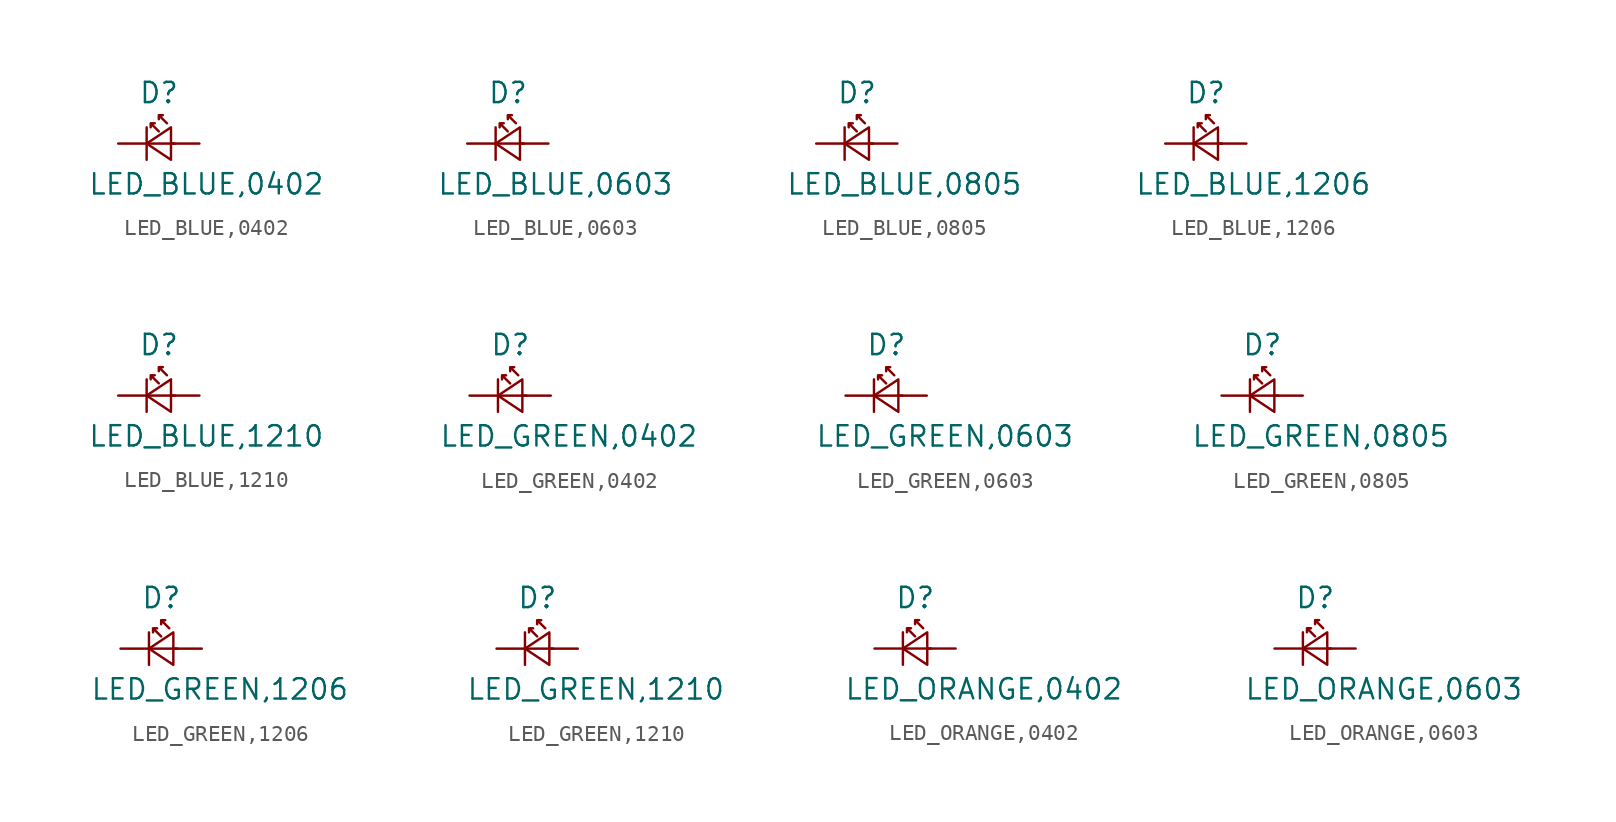
<source format=kicad_sym>
(kicad_symbol_lib
  (version 20211014)
  (generator kicad_symbol_editor)
  (symbol "LED_BLUE,0402"
    (pin_numbers hide)
    (pin_names
      (offset 0.254) hide)
    (property "Reference" "D"
      (at -1.27 3.175 0)
      (effects (font (size 1.27 1.27)) (justify left)))
    (property "Value" "LED_BLUE,0402"
      (at -4.445 -2.54 0)
      (effects (font (size 1.27 1.27)) (justify left)))
    (symbol "LED_BLUE,0402_0_1"
      (polyline (pts (xy -0.762 -1.016) (xy -0.762 1.016)) (stroke (width 0) (type default) (color 0 0 0 0)) (fill (type none)))
      (polyline (pts (xy 1.016 0) (xy -0.762 0)) (stroke (width 0) (type default) (color 0 0 0 0)) (fill (type none)))
      (polyline (pts (xy 0.762 -1.016) (xy -0.762 0) (xy 0.762 1.016) (xy 0.762 -1.016)) (stroke (width 0) (type default) (color 0 0 0 0)) (fill (type none)))
      (polyline (pts (xy 0 0.762) (xy -0.508 1.27) (xy -0.254 1.27) (xy -0.508 1.27) (xy -0.508 1.016)) (stroke (width 0) (type default) (color 0 0 0 0)) (fill (type none)))
      (polyline (pts (xy 0.508 1.27) (xy 0 1.778) (xy 0.254 1.778) (xy 0 1.778) (xy 0 1.524)) (stroke (width 0) (type default) (color 0 0 0 0)) (fill (type none))))
    (symbol "LED_BLUE,0402_1_1"
      (pin passive line (at -2.54 0 0) (length 1.778) (name "K" (effects (font (size 1.27 1.27)))) (number "1" (effects (font (size 1.27 1.27)))))
      (pin passive line (at 2.54 0 180) (length 1.778) (name "A" (effects (font (size 1.27 1.27)))) (number "2" (effects (font (size 1.27 1.27)))))))
  (symbol "LED_BLUE,0603"
    (pin_numbers hide)
    (pin_names
      (offset 0.254) hide)
    (property "Reference" "D"
      (at -1.27 3.175 0)
      (effects (font (size 1.27 1.27)) (justify left)))
    (property "Value" "LED_BLUE,0603"
      (at -4.445 -2.54 0)
      (effects (font (size 1.27 1.27)) (justify left)))
    (symbol "LED_BLUE,0603_0_1"
      (polyline (pts (xy -0.762 -1.016) (xy -0.762 1.016)) (stroke (width 0) (type default) (color 0 0 0 0)) (fill (type none)))
      (polyline (pts (xy 1.016 0) (xy -0.762 0)) (stroke (width 0) (type default) (color 0 0 0 0)) (fill (type none)))
      (polyline (pts (xy 0.762 -1.016) (xy -0.762 0) (xy 0.762 1.016) (xy 0.762 -1.016)) (stroke (width 0) (type default) (color 0 0 0 0)) (fill (type none)))
      (polyline (pts (xy 0 0.762) (xy -0.508 1.27) (xy -0.254 1.27) (xy -0.508 1.27) (xy -0.508 1.016)) (stroke (width 0) (type default) (color 0 0 0 0)) (fill (type none)))
      (polyline (pts (xy 0.508 1.27) (xy 0 1.778) (xy 0.254 1.778) (xy 0 1.778) (xy 0 1.524)) (stroke (width 0) (type default) (color 0 0 0 0)) (fill (type none))))
    (symbol "LED_BLUE,0603_1_1"
      (pin passive line (at -2.54 0 0) (length 1.778) (name "K" (effects (font (size 1.27 1.27)))) (number "1" (effects (font (size 1.27 1.27)))))
      (pin passive line (at 2.54 0 180) (length 1.778) (name "A" (effects (font (size 1.27 1.27)))) (number "2" (effects (font (size 1.27 1.27)))))))
  (symbol "LED_BLUE,0805"
    (pin_numbers hide)
    (pin_names
      (offset 0.254) hide)
    (property "Reference" "D"
      (at -1.27 3.175 0)
      (effects (font (size 1.27 1.27)) (justify left)))
    (property "Value" "LED_BLUE,0805"
      (at -4.445 -2.54 0)
      (effects (font (size 1.27 1.27)) (justify left)))
    (symbol "LED_BLUE,0805_0_1"
      (polyline (pts (xy -0.762 -1.016) (xy -0.762 1.016)) (stroke (width 0) (type default) (color 0 0 0 0)) (fill (type none)))
      (polyline (pts (xy 1.016 0) (xy -0.762 0)) (stroke (width 0) (type default) (color 0 0 0 0)) (fill (type none)))
      (polyline (pts (xy 0.762 -1.016) (xy -0.762 0) (xy 0.762 1.016) (xy 0.762 -1.016)) (stroke (width 0) (type default) (color 0 0 0 0)) (fill (type none)))
      (polyline (pts (xy 0 0.762) (xy -0.508 1.27) (xy -0.254 1.27) (xy -0.508 1.27) (xy -0.508 1.016)) (stroke (width 0) (type default) (color 0 0 0 0)) (fill (type none)))
      (polyline (pts (xy 0.508 1.27) (xy 0 1.778) (xy 0.254 1.778) (xy 0 1.778) (xy 0 1.524)) (stroke (width 0) (type default) (color 0 0 0 0)) (fill (type none))))
    (symbol "LED_BLUE,0805_1_1"
      (pin passive line (at -2.54 0 0) (length 1.778) (name "K" (effects (font (size 1.27 1.27)))) (number "1" (effects (font (size 1.27 1.27)))))
      (pin passive line (at 2.54 0 180) (length 1.778) (name "A" (effects (font (size 1.27 1.27)))) (number "2" (effects (font (size 1.27 1.27)))))))
  (symbol "LED_BLUE,1206"
    (pin_numbers hide)
    (pin_names
      (offset 0.254) hide)
    (property "Reference" "D"
      (at -1.27 3.175 0)
      (effects (font (size 1.27 1.27)) (justify left)))
    (property "Value" "LED_BLUE,1206"
      (at -4.445 -2.54 0)
      (effects (font (size 1.27 1.27)) (justify left)))
    (symbol "LED_BLUE,1206_0_1"
      (polyline (pts (xy -0.762 -1.016) (xy -0.762 1.016)) (stroke (width 0) (type default) (color 0 0 0 0)) (fill (type none)))
      (polyline (pts (xy 1.016 0) (xy -0.762 0)) (stroke (width 0) (type default) (color 0 0 0 0)) (fill (type none)))
      (polyline (pts (xy 0.762 -1.016) (xy -0.762 0) (xy 0.762 1.016) (xy 0.762 -1.016)) (stroke (width 0) (type default) (color 0 0 0 0)) (fill (type none)))
      (polyline (pts (xy 0 0.762) (xy -0.508 1.27) (xy -0.254 1.27) (xy -0.508 1.27) (xy -0.508 1.016)) (stroke (width 0) (type default) (color 0 0 0 0)) (fill (type none)))
      (polyline (pts (xy 0.508 1.27) (xy 0 1.778) (xy 0.254 1.778) (xy 0 1.778) (xy 0 1.524)) (stroke (width 0) (type default) (color 0 0 0 0)) (fill (type none))))
    (symbol "LED_BLUE,1206_1_1"
      (pin passive line (at -2.54 0 0) (length 1.778) (name "K" (effects (font (size 1.27 1.27)))) (number "1" (effects (font (size 1.27 1.27)))))
      (pin passive line (at 2.54 0 180) (length 1.778) (name "A" (effects (font (size 1.27 1.27)))) (number "2" (effects (font (size 1.27 1.27)))))))
  (symbol "LED_BLUE,1210"
    (pin_numbers hide)
    (pin_names
      (offset 0.254) hide)
    (property "Reference" "D"
      (at -1.27 3.175 0)
      (effects (font (size 1.27 1.27)) (justify left)))
    (property "Value" "LED_BLUE,1210"
      (at -4.445 -2.54 0)
      (effects (font (size 1.27 1.27)) (justify left)))
    (symbol "LED_BLUE,1210_0_1"
      (polyline (pts (xy -0.762 -1.016) (xy -0.762 1.016)) (stroke (width 0) (type default) (color 0 0 0 0)) (fill (type none)))
      (polyline (pts (xy 1.016 0) (xy -0.762 0)) (stroke (width 0) (type default) (color 0 0 0 0)) (fill (type none)))
      (polyline (pts (xy 0.762 -1.016) (xy -0.762 0) (xy 0.762 1.016) (xy 0.762 -1.016)) (stroke (width 0) (type default) (color 0 0 0 0)) (fill (type none)))
      (polyline (pts (xy 0 0.762) (xy -0.508 1.27) (xy -0.254 1.27) (xy -0.508 1.27) (xy -0.508 1.016)) (stroke (width 0) (type default) (color 0 0 0 0)) (fill (type none)))
      (polyline (pts (xy 0.508 1.27) (xy 0 1.778) (xy 0.254 1.778) (xy 0 1.778) (xy 0 1.524)) (stroke (width 0) (type default) (color 0 0 0 0)) (fill (type none))))
    (symbol "LED_BLUE,1210_1_1"
      (pin passive line (at -2.54 0 0) (length 1.778) (name "K" (effects (font (size 1.27 1.27)))) (number "1" (effects (font (size 1.27 1.27)))))
      (pin passive line (at 2.54 0 180) (length 1.778) (name "A" (effects (font (size 1.27 1.27)))) (number "2" (effects (font (size 1.27 1.27)))))))
  (symbol "LED_GREEN,0402"
    (pin_numbers hide)
    (pin_names
      (offset 0.254) hide)
    (property "Reference" "D"
      (at -1.27 3.175 0)
      (effects (font (size 1.27 1.27)) (justify left)))
    (property "Value" "LED_GREEN,0402"
      (at -4.445 -2.54 0)
      (effects (font (size 1.27 1.27)) (justify left)))
    (symbol "LED_GREEN,0402_0_1"
      (polyline (pts (xy -0.762 -1.016) (xy -0.762 1.016)) (stroke (width 0) (type default) (color 0 0 0 0)) (fill (type none)))
      (polyline (pts (xy 1.016 0) (xy -0.762 0)) (stroke (width 0) (type default) (color 0 0 0 0)) (fill (type none)))
      (polyline (pts (xy 0.762 -1.016) (xy -0.762 0) (xy 0.762 1.016) (xy 0.762 -1.016)) (stroke (width 0) (type default) (color 0 0 0 0)) (fill (type none)))
      (polyline (pts (xy 0 0.762) (xy -0.508 1.27) (xy -0.254 1.27) (xy -0.508 1.27) (xy -0.508 1.016)) (stroke (width 0) (type default) (color 0 0 0 0)) (fill (type none)))
      (polyline (pts (xy 0.508 1.27) (xy 0 1.778) (xy 0.254 1.778) (xy 0 1.778) (xy 0 1.524)) (stroke (width 0) (type default) (color 0 0 0 0)) (fill (type none))))
    (symbol "LED_GREEN,0402_1_1"
      (pin passive line (at -2.54 0 0) (length 1.778) (name "K" (effects (font (size 1.27 1.27)))) (number "1" (effects (font (size 1.27 1.27)))))
      (pin passive line (at 2.54 0 180) (length 1.778) (name "A" (effects (font (size 1.27 1.27)))) (number "2" (effects (font (size 1.27 1.27)))))))
  (symbol "LED_GREEN,0603"
    (pin_numbers hide)
    (pin_names
      (offset 0.254) hide)
    (property "Reference" "D"
      (at -1.27 3.175 0)
      (effects (font (size 1.27 1.27)) (justify left)))
    (property "Value" "LED_GREEN,0603"
      (at -4.445 -2.54 0)
      (effects (font (size 1.27 1.27)) (justify left)))
    (symbol "LED_GREEN,0603_0_1"
      (polyline (pts (xy -0.762 -1.016) (xy -0.762 1.016)) (stroke (width 0) (type default) (color 0 0 0 0)) (fill (type none)))
      (polyline (pts (xy 1.016 0) (xy -0.762 0)) (stroke (width 0) (type default) (color 0 0 0 0)) (fill (type none)))
      (polyline (pts (xy 0.762 -1.016) (xy -0.762 0) (xy 0.762 1.016) (xy 0.762 -1.016)) (stroke (width 0) (type default) (color 0 0 0 0)) (fill (type none)))
      (polyline (pts (xy 0 0.762) (xy -0.508 1.27) (xy -0.254 1.27) (xy -0.508 1.27) (xy -0.508 1.016)) (stroke (width 0) (type default) (color 0 0 0 0)) (fill (type none)))
      (polyline (pts (xy 0.508 1.27) (xy 0 1.778) (xy 0.254 1.778) (xy 0 1.778) (xy 0 1.524)) (stroke (width 0) (type default) (color 0 0 0 0)) (fill (type none))))
    (symbol "LED_GREEN,0603_1_1"
      (pin passive line (at -2.54 0 0) (length 1.778) (name "K" (effects (font (size 1.27 1.27)))) (number "1" (effects (font (size 1.27 1.27)))))
      (pin passive line (at 2.54 0 180) (length 1.778) (name "A" (effects (font (size 1.27 1.27)))) (number "2" (effects (font (size 1.27 1.27)))))))
  (symbol "LED_GREEN,0805"
    (pin_numbers hide)
    (pin_names
      (offset 0.254) hide)
    (property "Reference" "D"
      (at -1.27 3.175 0)
      (effects (font (size 1.27 1.27)) (justify left)))
    (property "Value" "LED_GREEN,0805"
      (at -4.445 -2.54 0)
      (effects (font (size 1.27 1.27)) (justify left)))
    (symbol "LED_GREEN,0805_0_1"
      (polyline (pts (xy -0.762 -1.016) (xy -0.762 1.016)) (stroke (width 0) (type default) (color 0 0 0 0)) (fill (type none)))
      (polyline (pts (xy 1.016 0) (xy -0.762 0)) (stroke (width 0) (type default) (color 0 0 0 0)) (fill (type none)))
      (polyline (pts (xy 0.762 -1.016) (xy -0.762 0) (xy 0.762 1.016) (xy 0.762 -1.016)) (stroke (width 0) (type default) (color 0 0 0 0)) (fill (type none)))
      (polyline (pts (xy 0 0.762) (xy -0.508 1.27) (xy -0.254 1.27) (xy -0.508 1.27) (xy -0.508 1.016)) (stroke (width 0) (type default) (color 0 0 0 0)) (fill (type none)))
      (polyline (pts (xy 0.508 1.27) (xy 0 1.778) (xy 0.254 1.778) (xy 0 1.778) (xy 0 1.524)) (stroke (width 0) (type default) (color 0 0 0 0)) (fill (type none))))
    (symbol "LED_GREEN,0805_1_1"
      (pin passive line (at -2.54 0 0) (length 1.778) (name "K" (effects (font (size 1.27 1.27)))) (number "1" (effects (font (size 1.27 1.27)))))
      (pin passive line (at 2.54 0 180) (length 1.778) (name "A" (effects (font (size 1.27 1.27)))) (number "2" (effects (font (size 1.27 1.27)))))))
  (symbol "LED_GREEN,1206"
    (pin_numbers hide)
    (pin_names
      (offset 0.254) hide)
    (property "Reference" "D"
      (at -1.27 3.175 0)
      (effects (font (size 1.27 1.27)) (justify left)))
    (property "Value" "LED_GREEN,1206"
      (at -4.445 -2.54 0)
      (effects (font (size 1.27 1.27)) (justify left)))
    (symbol "LED_GREEN,1206_0_1"
      (polyline (pts (xy -0.762 -1.016) (xy -0.762 1.016)) (stroke (width 0) (type default) (color 0 0 0 0)) (fill (type none)))
      (polyline (pts (xy 1.016 0) (xy -0.762 0)) (stroke (width 0) (type default) (color 0 0 0 0)) (fill (type none)))
      (polyline (pts (xy 0.762 -1.016) (xy -0.762 0) (xy 0.762 1.016) (xy 0.762 -1.016)) (stroke (width 0) (type default) (color 0 0 0 0)) (fill (type none)))
      (polyline (pts (xy 0 0.762) (xy -0.508 1.27) (xy -0.254 1.27) (xy -0.508 1.27) (xy -0.508 1.016)) (stroke (width 0) (type default) (color 0 0 0 0)) (fill (type none)))
      (polyline (pts (xy 0.508 1.27) (xy 0 1.778) (xy 0.254 1.778) (xy 0 1.778) (xy 0 1.524)) (stroke (width 0) (type default) (color 0 0 0 0)) (fill (type none))))
    (symbol "LED_GREEN,1206_1_1"
      (pin passive line (at -2.54 0 0) (length 1.778) (name "K" (effects (font (size 1.27 1.27)))) (number "1" (effects (font (size 1.27 1.27)))))
      (pin passive line (at 2.54 0 180) (length 1.778) (name "A" (effects (font (size 1.27 1.27)))) (number "2" (effects (font (size 1.27 1.27)))))))
  (symbol "LED_GREEN,1210"
    (pin_numbers hide)
    (pin_names
      (offset 0.254) hide)
    (property "Reference" "D"
      (at -1.27 3.175 0)
      (effects (font (size 1.27 1.27)) (justify left)))
    (property "Value" "LED_GREEN,1210"
      (at -4.445 -2.54 0)
      (effects (font (size 1.27 1.27)) (justify left)))
    (symbol "LED_GREEN,1210_0_1"
      (polyline (pts (xy -0.762 -1.016) (xy -0.762 1.016)) (stroke (width 0) (type default) (color 0 0 0 0)) (fill (type none)))
      (polyline (pts (xy 1.016 0) (xy -0.762 0)) (stroke (width 0) (type default) (color 0 0 0 0)) (fill (type none)))
      (polyline (pts (xy 0.762 -1.016) (xy -0.762 0) (xy 0.762 1.016) (xy 0.762 -1.016)) (stroke (width 0) (type default) (color 0 0 0 0)) (fill (type none)))
      (polyline (pts (xy 0 0.762) (xy -0.508 1.27) (xy -0.254 1.27) (xy -0.508 1.27) (xy -0.508 1.016)) (stroke (width 0) (type default) (color 0 0 0 0)) (fill (type none)))
      (polyline (pts (xy 0.508 1.27) (xy 0 1.778) (xy 0.254 1.778) (xy 0 1.778) (xy 0 1.524)) (stroke (width 0) (type default) (color 0 0 0 0)) (fill (type none))))
    (symbol "LED_GREEN,1210_1_1"
      (pin passive line (at -2.54 0 0) (length 1.778) (name "K" (effects (font (size 1.27 1.27)))) (number "1" (effects (font (size 1.27 1.27)))))
      (pin passive line (at 2.54 0 180) (length 1.778) (name "A" (effects (font (size 1.27 1.27)))) (number "2" (effects (font (size 1.27 1.27)))))))
  (symbol "LED_ORANGE,0402"
    (pin_numbers hide)
    (pin_names
      (offset 0.254) hide)
    (property "Reference" "D"
      (at -1.27 3.175 0)
      (effects (font (size 1.27 1.27)) (justify left)))
    (property "Value" "LED_ORANGE,0402"
      (at -4.445 -2.54 0)
      (effects (font (size 1.27 1.27)) (justify left)))
    (symbol "LED_ORANGE,0402_0_1"
      (polyline (pts (xy -0.762 -1.016) (xy -0.762 1.016)) (stroke (width 0) (type default) (color 0 0 0 0)) (fill (type none)))
      (polyline (pts (xy 1.016 0) (xy -0.762 0)) (stroke (width 0) (type default) (color 0 0 0 0)) (fill (type none)))
      (polyline (pts (xy 0.762 -1.016) (xy -0.762 0) (xy 0.762 1.016) (xy 0.762 -1.016)) (stroke (width 0) (type default) (color 0 0 0 0)) (fill (type none)))
      (polyline (pts (xy 0 0.762) (xy -0.508 1.27) (xy -0.254 1.27) (xy -0.508 1.27) (xy -0.508 1.016)) (stroke (width 0) (type default) (color 0 0 0 0)) (fill (type none)))
      (polyline (pts (xy 0.508 1.27) (xy 0 1.778) (xy 0.254 1.778) (xy 0 1.778) (xy 0 1.524)) (stroke (width 0) (type default) (color 0 0 0 0)) (fill (type none))))
    (symbol "LED_ORANGE,0402_1_1"
      (pin passive line (at -2.54 0 0) (length 1.778) (name "K" (effects (font (size 1.27 1.27)))) (number "1" (effects (font (size 1.27 1.27)))))
      (pin passive line (at 2.54 0 180) (length 1.778) (name "A" (effects (font (size 1.27 1.27)))) (number "2" (effects (font (size 1.27 1.27)))))))
  (symbol "LED_ORANGE,0603"
    (pin_numbers hide)
    (pin_names
      (offset 0.254) hide)
    (property "Reference" "D"
      (at -1.27 3.175 0)
      (effects (font (size 1.27 1.27)) (justify left)))
    (property "Value" "LED_ORANGE,0603"
      (at -4.445 -2.54 0)
      (effects (font (size 1.27 1.27)) (justify left)))
    (symbol "LED_ORANGE,0603_0_1"
      (polyline (pts (xy -0.762 -1.016) (xy -0.762 1.016)) (stroke (width 0) (type default) (color 0 0 0 0)) (fill (type none)))
      (polyline (pts (xy 1.016 0) (xy -0.762 0)) (stroke (width 0) (type default) (color 0 0 0 0)) (fill (type none)))
      (polyline (pts (xy 0.762 -1.016) (xy -0.762 0) (xy 0.762 1.016) (xy 0.762 -1.016)) (stroke (width 0) (type default) (color 0 0 0 0)) (fill (type none)))
      (polyline (pts (xy 0 0.762) (xy -0.508 1.27) (xy -0.254 1.27) (xy -0.508 1.27) (xy -0.508 1.016)) (stroke (width 0) (type default) (color 0 0 0 0)) (fill (type none)))
      (polyline (pts (xy 0.508 1.27) (xy 0 1.778) (xy 0.254 1.778) (xy 0 1.778) (xy 0 1.524)) (stroke (width 0) (type default) (color 0 0 0 0)) (fill (type none))))
    (symbol "LED_ORANGE,0603_1_1"
      (pin passive line (at -2.54 0 0) (length 1.778) (name "K" (effects (font (size 1.27 1.27)))) (number "1" (effects (font (size 1.27 1.27)))))
      (pin passive line (at 2.54 0 180) (length 1.778) (name "A" (effects (font (size 1.27 1.27)))) (number "2" (effects (font (size 1.27 1.27))))))))
</source>
